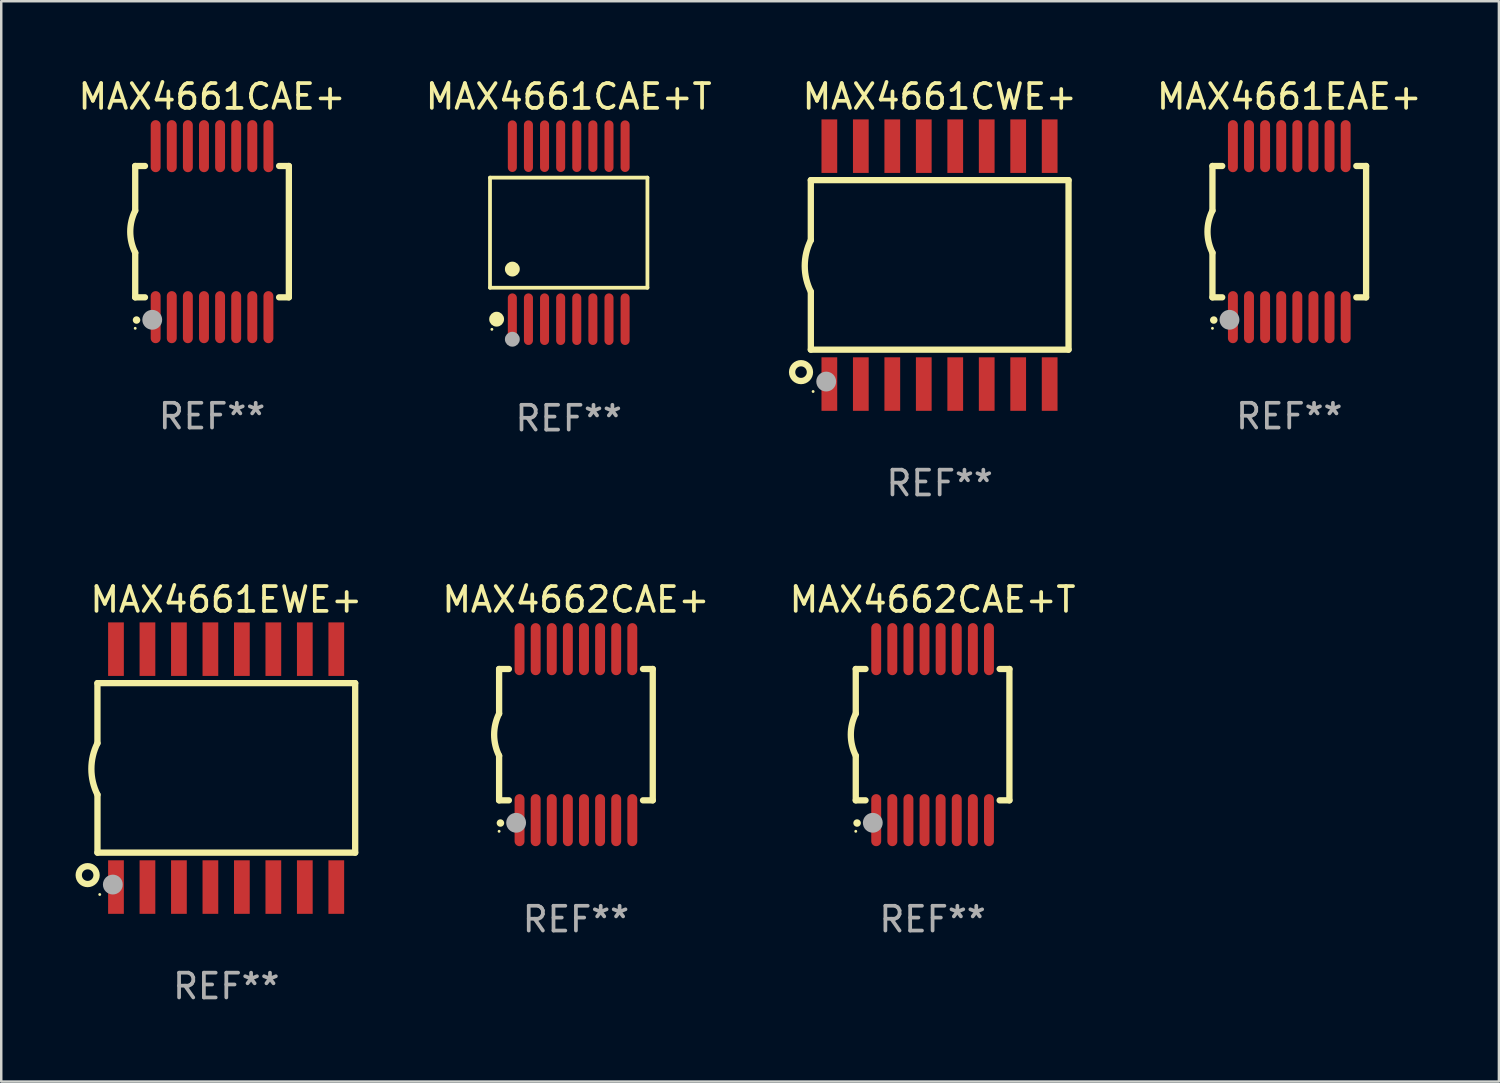
<source format=kicad_pcb>
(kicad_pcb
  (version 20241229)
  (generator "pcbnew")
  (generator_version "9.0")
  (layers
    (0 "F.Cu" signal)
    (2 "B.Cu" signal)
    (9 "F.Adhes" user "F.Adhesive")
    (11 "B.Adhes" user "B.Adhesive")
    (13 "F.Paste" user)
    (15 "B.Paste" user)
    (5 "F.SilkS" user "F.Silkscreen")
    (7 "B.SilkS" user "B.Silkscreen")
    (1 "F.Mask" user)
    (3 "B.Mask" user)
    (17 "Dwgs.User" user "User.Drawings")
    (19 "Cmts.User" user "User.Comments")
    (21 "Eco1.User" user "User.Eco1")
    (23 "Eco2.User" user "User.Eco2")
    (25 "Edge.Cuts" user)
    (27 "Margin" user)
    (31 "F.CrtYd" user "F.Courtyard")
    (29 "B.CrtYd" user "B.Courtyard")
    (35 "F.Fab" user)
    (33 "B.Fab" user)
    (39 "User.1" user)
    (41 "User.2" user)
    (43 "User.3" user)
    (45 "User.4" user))
  (footprint "MAX4661EAE+"
    (layer "F.Cu")
    (at 48.975 6.298)
    (property "Reference" "MAX4661EAE+" (at 0 -5.45 0) (layer "F.SilkS") (effects (font (size 1 1) (thickness 0.15))))
    (attr through_hole)
    (fp_line (start -3.1 -2.65) (end -3.1 -0.85) (stroke (width 0.254) (type solid)) (layer "F.SilkS"))
    (fp_line (start -3.1 -2.65) (end -2.706 -2.65) (stroke (width 0.254) (type solid)) (layer "F.SilkS"))
    (fp_line (start -3.1 2.65) (end -3.1 0.85) (stroke (width 0.254) (type solid)) (layer "F.SilkS"))
    (fp_line (start -3.1 2.65) (end -2.706 2.65) (stroke (width 0.254) (type solid)) (layer "F.SilkS"))
    (fp_line (start 2.706 -2.65) (end 3.1 -2.65) (stroke (width 0.254) (type solid)) (layer "F.SilkS"))
    (fp_line (start 2.706 2.65) (end 3.1 2.65) (stroke (width 0.254) (type solid)) (layer "F.SilkS"))
    (fp_line (start 3.1 -2.65) (end 3.1 2.65) (stroke (width 0.254) (type solid)) (layer "F.SilkS"))
    (fp_arc (start -3.098907 0.850902) (mid -3.300057 0.000523) (end -3.1 -0.850114) (stroke (width 0.254001) (type solid)) (layer "F.SilkS"))
    (fp_arc (start -3.048006 3.566066) (mid -3.046736 3.566061) (end -3.045466 3.566066) (stroke (width 0.3) (type solid)) (layer "F.SilkS"))
    (fp_circle (center -3.1 3.9) (end -3.07 3.9) (stroke (width 0.06) (type solid)) (fill no) (layer "F.SilkS"))
    (fp_circle (center -2.413 3.556) (end -2.213 3.556) (stroke (width 0.4) (type solid)) (fill no) (layer "F.Fab"))
    (fp_text user "REF**" (at 0 7.45 0) (layer "F.Fab") (effects (font (size 1 1) (thickness 0.15))))
    (pad "1" smd oval (at -2.275 3.45 180) (size 0.4 2.1) (layers "F.Cu" "F.Mask" "F.Paste"))
    (pad "2" smd oval (at -1.625 3.45 180) (size 0.4 2.1) (layers "F.Cu" "F.Mask" "F.Paste"))
    (pad "3" smd oval (at -0.975 3.45 180) (size 0.4 2.1) (layers "F.Cu" "F.Mask" "F.Paste"))
    (pad "4" smd oval (at -0.325 3.45 180) (size 0.4 2.1) (layers "F.Cu" "F.Mask" "F.Paste"))
    (pad "5" smd oval (at 0.325 3.45 180) (size 0.4 2.1) (layers "F.Cu" "F.Mask" "F.Paste"))
    (pad "6" smd oval (at 0.975 3.45 180) (size 0.4 2.1) (layers "F.Cu" "F.Mask" "F.Paste"))
    (pad "7" smd oval (at 1.625 3.45 180) (size 0.4 2.1) (layers "F.Cu" "F.Mask" "F.Paste"))
    (pad "8" smd oval (at 2.275 3.45 180) (size 0.4 2.1) (layers "F.Cu" "F.Mask" "F.Paste"))
    (pad "9" smd oval (at 2.275 -3.45 180) (size 0.4 2.1) (layers "F.Cu" "F.Mask" "F.Paste"))
    (pad "10" smd oval (at 1.625 -3.45 180) (size 0.4 2.1) (layers "F.Cu" "F.Mask" "F.Paste"))
    (pad "11" smd oval (at 0.975 -3.45 180) (size 0.4 2.1) (layers "F.Cu" "F.Mask" "F.Paste"))
    (pad "12" smd oval (at 0.325 -3.45 180) (size 0.4 2.1) (layers "F.Cu" "F.Mask" "F.Paste"))
    (pad "13" smd oval (at -0.325 -3.45 180) (size 0.4 2.1) (layers "F.Cu" "F.Mask" "F.Paste"))
    (pad "14" smd oval (at -0.975 -3.45 180) (size 0.4 2.1) (layers "F.Cu" "F.Mask" "F.Paste"))
    (pad "15" smd oval (at -1.625 -3.45 180) (size 0.4 2.1) (layers "F.Cu" "F.Mask" "F.Paste"))
    (pad "16" smd oval (at -2.275 -3.45 180) (size 0.4 2.1) (layers "F.Cu" "F.Mask" "F.Paste")))
  (footprint "MAX4662CAE+"
    (layer "F.Cu")
    (at 20.19 26.595)
    (property "Reference" "MAX4662CAE+" (at 0 -5.45 0) (layer "F.SilkS") (effects (font (size 1 1) (thickness 0.15))))
    (attr through_hole)
    (fp_line (start -3.1 -2.65) (end -3.1 -0.85) (stroke (width 0.254) (type solid)) (layer "F.SilkS"))
    (fp_line (start -3.1 -2.65) (end -2.706 -2.65) (stroke (width 0.254) (type solid)) (layer "F.SilkS"))
    (fp_line (start -3.1 2.65) (end -3.1 0.85) (stroke (width 0.254) (type solid)) (layer "F.SilkS"))
    (fp_line (start -3.1 2.65) (end -2.706 2.65) (stroke (width 0.254) (type solid)) (layer "F.SilkS"))
    (fp_line (start 2.706 -2.65) (end 3.1 -2.65) (stroke (width 0.254) (type solid)) (layer "F.SilkS"))
    (fp_line (start 2.706 2.65) (end 3.1 2.65) (stroke (width 0.254) (type solid)) (layer "F.SilkS"))
    (fp_line (start 3.1 -2.65) (end 3.1 2.65) (stroke (width 0.254) (type solid)) (layer "F.SilkS"))
    (fp_arc (start -3.098907 0.850902) (mid -3.300057 0.000523) (end -3.1 -0.850114) (stroke (width 0.254001) (type solid)) (layer "F.SilkS"))
    (fp_arc (start -3.048006 3.566066) (mid -3.046736 3.566061) (end -3.045466 3.566066) (stroke (width 0.3) (type solid)) (layer "F.SilkS"))
    (fp_circle (center -3.1 3.9) (end -3.07 3.9) (stroke (width 0.06) (type solid)) (fill no) (layer "F.SilkS"))
    (fp_circle (center -2.413 3.556) (end -2.213 3.556) (stroke (width 0.4) (type solid)) (fill no) (layer "F.Fab"))
    (fp_text user "REF**" (at 0 7.45 0) (layer "F.Fab") (effects (font (size 1 1) (thickness 0.15))))
    (pad "1" smd oval (at -2.275 3.45 180) (size 0.4 2.1) (layers "F.Cu" "F.Mask" "F.Paste"))
    (pad "2" smd oval (at -1.625 3.45 180) (size 0.4 2.1) (layers "F.Cu" "F.Mask" "F.Paste"))
    (pad "3" smd oval (at -0.975 3.45 180) (size 0.4 2.1) (layers "F.Cu" "F.Mask" "F.Paste"))
    (pad "4" smd oval (at -0.325 3.45 180) (size 0.4 2.1) (layers "F.Cu" "F.Mask" "F.Paste"))
    (pad "5" smd oval (at 0.325 3.45 180) (size 0.4 2.1) (layers "F.Cu" "F.Mask" "F.Paste"))
    (pad "6" smd oval (at 0.975 3.45 180) (size 0.4 2.1) (layers "F.Cu" "F.Mask" "F.Paste"))
    (pad "7" smd oval (at 1.625 3.45 180) (size 0.4 2.1) (layers "F.Cu" "F.Mask" "F.Paste"))
    (pad "8" smd oval (at 2.275 3.45 180) (size 0.4 2.1) (layers "F.Cu" "F.Mask" "F.Paste"))
    (pad "9" smd oval (at 2.275 -3.45 180) (size 0.4 2.1) (layers "F.Cu" "F.Mask" "F.Paste"))
    (pad "10" smd oval (at 1.625 -3.45 180) (size 0.4 2.1) (layers "F.Cu" "F.Mask" "F.Paste"))
    (pad "11" smd oval (at 0.975 -3.45 180) (size 0.4 2.1) (layers "F.Cu" "F.Mask" "F.Paste"))
    (pad "12" smd oval (at 0.325 -3.45 180) (size 0.4 2.1) (layers "F.Cu" "F.Mask" "F.Paste"))
    (pad "13" smd oval (at -0.325 -3.45 180) (size 0.4 2.1) (layers "F.Cu" "F.Mask" "F.Paste"))
    (pad "14" smd oval (at -0.975 -3.45 180) (size 0.4 2.1) (layers "F.Cu" "F.Mask" "F.Paste"))
    (pad "15" smd oval (at -1.625 -3.45 180) (size 0.4 2.1) (layers "F.Cu" "F.Mask" "F.Paste"))
    (pad "16" smd oval (at -2.275 -3.45 180) (size 0.4 2.1) (layers "F.Cu" "F.Mask" "F.Paste")))
  (footprint "MAX4661CAE+"
    (layer "F.Cu")
    (at 5.506 6.298)
    (property "Reference" "MAX4661CAE+" (at 0 -5.45 0) (layer "F.SilkS") (effects (font (size 1 1) (thickness 0.15))))
    (attr through_hole)
    (fp_line (start -3.1 -2.65) (end -3.1 -0.85) (stroke (width 0.254) (type solid)) (layer "F.SilkS"))
    (fp_line (start -3.1 -2.65) (end -2.706 -2.65) (stroke (width 0.254) (type solid)) (layer "F.SilkS"))
    (fp_line (start -3.1 2.65) (end -3.1 0.85) (stroke (width 0.254) (type solid)) (layer "F.SilkS"))
    (fp_line (start -3.1 2.65) (end -2.706 2.65) (stroke (width 0.254) (type solid)) (layer "F.SilkS"))
    (fp_line (start 2.706 -2.65) (end 3.1 -2.65) (stroke (width 0.254) (type solid)) (layer "F.SilkS"))
    (fp_line (start 2.706 2.65) (end 3.1 2.65) (stroke (width 0.254) (type solid)) (layer "F.SilkS"))
    (fp_line (start 3.1 -2.65) (end 3.1 2.65) (stroke (width 0.254) (type solid)) (layer "F.SilkS"))
    (fp_arc (start -3.098907 0.850902) (mid -3.300057 0.000523) (end -3.1 -0.850114) (stroke (width 0.254001) (type solid)) (layer "F.SilkS"))
    (fp_arc (start -3.048006 3.566066) (mid -3.046736 3.566061) (end -3.045466 3.566066) (stroke (width 0.3) (type solid)) (layer "F.SilkS"))
    (fp_circle (center -3.1 3.9) (end -3.07 3.9) (stroke (width 0.06) (type solid)) (fill no) (layer "F.SilkS"))
    (fp_circle (center -2.413 3.556) (end -2.213 3.556) (stroke (width 0.4) (type solid)) (fill no) (layer "F.Fab"))
    (fp_text user "REF**" (at 0 7.45 0) (layer "F.Fab") (effects (font (size 1 1) (thickness 0.15))))
    (pad "1" smd oval (at -2.275 3.45 180) (size 0.4 2.1) (layers "F.Cu" "F.Mask" "F.Paste"))
    (pad "2" smd oval (at -1.625 3.45 180) (size 0.4 2.1) (layers "F.Cu" "F.Mask" "F.Paste"))
    (pad "3" smd oval (at -0.975 3.45 180) (size 0.4 2.1) (layers "F.Cu" "F.Mask" "F.Paste"))
    (pad "4" smd oval (at -0.325 3.45 180) (size 0.4 2.1) (layers "F.Cu" "F.Mask" "F.Paste"))
    (pad "5" smd oval (at 0.325 3.45 180) (size 0.4 2.1) (layers "F.Cu" "F.Mask" "F.Paste"))
    (pad "6" smd oval (at 0.975 3.45 180) (size 0.4 2.1) (layers "F.Cu" "F.Mask" "F.Paste"))
    (pad "7" smd oval (at 1.625 3.45 180) (size 0.4 2.1) (layers "F.Cu" "F.Mask" "F.Paste"))
    (pad "8" smd oval (at 2.275 3.45 180) (size 0.4 2.1) (layers "F.Cu" "F.Mask" "F.Paste"))
    (pad "9" smd oval (at 2.275 -3.45 180) (size 0.4 2.1) (layers "F.Cu" "F.Mask" "F.Paste"))
    (pad "10" smd oval (at 1.625 -3.45 180) (size 0.4 2.1) (layers "F.Cu" "F.Mask" "F.Paste"))
    (pad "11" smd oval (at 0.975 -3.45 180) (size 0.4 2.1) (layers "F.Cu" "F.Mask" "F.Paste"))
    (pad "12" smd oval (at 0.325 -3.45 180) (size 0.4 2.1) (layers "F.Cu" "F.Mask" "F.Paste"))
    (pad "13" smd oval (at -0.325 -3.45 180) (size 0.4 2.1) (layers "F.Cu" "F.Mask" "F.Paste"))
    (pad "14" smd oval (at -0.975 -3.45 180) (size 0.4 2.1) (layers "F.Cu" "F.Mask" "F.Paste"))
    (pad "15" smd oval (at -1.625 -3.45 180) (size 0.4 2.1) (layers "F.Cu" "F.Mask" "F.Paste"))
    (pad "16" smd oval (at -2.275 -3.45 180) (size 0.4 2.1) (layers "F.Cu" "F.Mask" "F.Paste")))
  (footprint "MAX4661CAE+T"
    (layer "F.Cu")
    (at 19.899 6.339)
    (property "Reference" "MAX4661CAE+T" (at 0 -5.491 0) (layer "F.SilkS") (effects (font (size 1 1) (thickness 0.15))))
    (attr through_hole)
    (fp_line (start -3.176 -2.221) (end 3.176 -2.221) (stroke (width 0.152) (type solid)) (layer "F.SilkS"))
    (fp_line (start -3.176 2.221) (end -3.176 -2.221) (stroke (width 0.152) (type solid)) (layer "F.SilkS"))
    (fp_line (start 3.176 -2.221) (end 3.176 2.221) (stroke (width 0.152) (type solid)) (layer "F.SilkS"))
    (fp_line (start 3.176 2.221) (end -3.176 2.221) (stroke (width 0.152) (type solid)) (layer "F.SilkS"))
    (fp_circle (center -3.1 3.9) (end -3.07 3.9) (stroke (width 0.06) (type solid)) (fill no) (layer "F.SilkS"))
    (fp_circle (center -2.909 3.491) (end -2.759 3.491) (stroke (width 0.3) (type solid)) (fill no) (layer "F.SilkS"))
    (fp_circle (center -2.275 1.469) (end -2.125 1.469) (stroke (width 0.3) (type solid)) (fill no) (layer "F.SilkS"))
    (fp_circle (center -2.275 4.3) (end -2.125 4.3) (stroke (width 0.3) (type solid)) (fill no) (layer "F.Fab"))
    (fp_text user "REF**" (at 0 7.491 0) (layer "F.Fab") (effects (font (size 1 1) (thickness 0.15))))
    (pad "1" smd oval (at -2.275 3.491) (size 0.364 2.082) (layers "F.Cu" "F.Mask" "F.Paste"))
    (pad "2" smd oval (at -1.625 3.491) (size 0.364 2.082) (layers "F.Cu" "F.Mask" "F.Paste"))
    (pad "3" smd oval (at -0.975 3.491) (size 0.364 2.082) (layers "F.Cu" "F.Mask" "F.Paste"))
    (pad "4" smd oval (at -0.325 3.491) (size 0.364 2.082) (layers "F.Cu" "F.Mask" "F.Paste"))
    (pad "5" smd oval (at 0.325 3.491) (size 0.364 2.082) (layers "F.Cu" "F.Mask" "F.Paste"))
    (pad "6" smd oval (at 0.975 3.491) (size 0.364 2.082) (layers "F.Cu" "F.Mask" "F.Paste"))
    (pad "7" smd oval (at 1.625 3.491) (size 0.364 2.082) (layers "F.Cu" "F.Mask" "F.Paste"))
    (pad "8" smd oval (at 2.275 3.491) (size 0.364 2.082) (layers "F.Cu" "F.Mask" "F.Paste"))
    (pad "9" smd oval (at 2.275 -3.491) (size 0.364 2.082) (layers "F.Cu" "F.Mask" "F.Paste"))
    (pad "10" smd oval (at 1.625 -3.491) (size 0.364 2.082) (layers "F.Cu" "F.Mask" "F.Paste"))
    (pad "11" smd oval (at 0.975 -3.491) (size 0.364 2.082) (layers "F.Cu" "F.Mask" "F.Paste"))
    (pad "12" smd oval (at 0.325 -3.491) (size 0.364 2.082) (layers "F.Cu" "F.Mask" "F.Paste"))
    (pad "13" smd oval (at -0.325 -3.491) (size 0.364 2.082) (layers "F.Cu" "F.Mask" "F.Paste"))
    (pad "14" smd oval (at -0.975 -3.491) (size 0.364 2.082) (layers "F.Cu" "F.Mask" "F.Paste"))
    (pad "15" smd oval (at -1.625 -3.491) (size 0.364 2.082) (layers "F.Cu" "F.Mask" "F.Paste"))
    (pad "16" smd oval (at -2.275 -3.491) (size 0.364 2.082) (layers "F.Cu" "F.Mask" "F.Paste")))
  (footprint "MAX4661CWE+"
    (layer "F.Cu")
    (at 34.868 7.648)
    (property "Reference" "MAX4661CWE+" (at 0 -6.8 0) (layer "F.SilkS") (effects (font (size 1 1) (thickness 0.15))))
    (attr through_hole)
    (fp_line (start -5.2 -3.429) (end -5.2 -1.005) (stroke (width 0.254) (type solid)) (layer "F.SilkS"))
    (fp_line (start -5.2 -3.429) (end 5.2 -3.429) (stroke (width 0.254) (type solid)) (layer "F.SilkS"))
    (fp_line (start -5.2 3.411) (end 5.2 3.411) (stroke (width 0.254) (type solid)) (layer "F.SilkS"))
    (fp_line (start -5.199 1.071) (end -5.199 3.411) (stroke (width 0.254) (type solid)) (layer "F.SilkS"))
    (fp_line (start 5.2 -3.429) (end 5.2 3.411) (stroke (width 0.254) (type solid)) (layer "F.SilkS"))
    (fp_arc (start -5.199391 1.07079) (mid -5.444637 0.032863) (end -5.2 -1.005207) (stroke (width 0.254001) (type solid)) (layer "F.SilkS"))
    (fp_circle (center -5.595 4.318) (end -5.235 4.318) (stroke (width 0.254) (type solid)) (fill no) (layer "F.SilkS"))
    (fp_circle (center -5.107 5.1) (end -5.077 5.1) (stroke (width 0.06) (type solid)) (fill no) (layer "F.SilkS"))
    (fp_circle (center -4.579 4.699) (end -4.379 4.699) (stroke (width 0.4) (type solid)) (fill no) (layer "F.Fab"))
    (fp_text user "REF**" (at 0 8.8 0) (layer "F.Fab") (effects (font (size 1 1) (thickness 0.15))))
    (pad "1" smd rect (at -4.452 4.8) (size 0.635 2.16) (layers "F.Cu" "F.Mask" "F.Paste"))
    (pad "2" smd rect (at -3.182 4.8) (size 0.635 2.16) (layers "F.Cu" "F.Mask" "F.Paste"))
    (pad "3" smd rect (at -1.912 4.8) (size 0.635 2.16) (layers "F.Cu" "F.Mask" "F.Paste"))
    (pad "4" smd rect (at -0.642 4.8) (size 0.635 2.16) (layers "F.Cu" "F.Mask" "F.Paste"))
    (pad "5" smd rect (at 0.628 4.8) (size 0.635 2.16) (layers "F.Cu" "F.Mask" "F.Paste"))
    (pad "6" smd rect (at 1.898 4.8) (size 0.635 2.16) (layers "F.Cu" "F.Mask" "F.Paste"))
    (pad "7" smd rect (at 3.168 4.8) (size 0.635 2.16) (layers "F.Cu" "F.Mask" "F.Paste"))
    (pad "8" smd rect (at 4.438 4.8) (size 0.635 2.16) (layers "F.Cu" "F.Mask" "F.Paste"))
    (pad "9" smd rect (at 4.438 -4.8) (size 0.635 2.16) (layers "F.Cu" "F.Mask" "F.Paste"))
    (pad "10" smd rect (at 3.168 -4.8) (size 0.635 2.16) (layers "F.Cu" "F.Mask" "F.Paste"))
    (pad "11" smd rect (at 1.898 -4.8) (size 0.635 2.16) (layers "F.Cu" "F.Mask" "F.Paste"))
    (pad "12" smd rect (at 0.628 -4.8) (size 0.635 2.16) (layers "F.Cu" "F.Mask" "F.Paste"))
    (pad "13" smd rect (at -0.642 -4.8) (size 0.635 2.16) (layers "F.Cu" "F.Mask" "F.Paste"))
    (pad "14" smd rect (at -1.912 -4.8) (size 0.635 2.16) (layers "F.Cu" "F.Mask" "F.Paste"))
    (pad "15" smd rect (at -3.182 -4.8) (size 0.635 2.16) (layers "F.Cu" "F.Mask" "F.Paste"))
    (pad "16" smd rect (at -4.452 -4.8) (size 0.635 2.16) (layers "F.Cu" "F.Mask" "F.Paste")))
  (footprint "MAX4662CAE+T"
    (layer "F.Cu")
    (at 34.582 26.595)
    (property "Reference" "MAX4662CAE+T" (at 0 -5.45 0) (layer "F.SilkS") (effects (font (size 1 1) (thickness 0.15))))
    (attr through_hole)
    (fp_line (start -3.1 -2.65) (end -3.1 -0.85) (stroke (width 0.254) (type solid)) (layer "F.SilkS"))
    (fp_line (start -3.1 -2.65) (end -2.706 -2.65) (stroke (width 0.254) (type solid)) (layer "F.SilkS"))
    (fp_line (start -3.1 2.65) (end -3.1 0.85) (stroke (width 0.254) (type solid)) (layer "F.SilkS"))
    (fp_line (start -3.1 2.65) (end -2.706 2.65) (stroke (width 0.254) (type solid)) (layer "F.SilkS"))
    (fp_line (start 2.706 -2.65) (end 3.1 -2.65) (stroke (width 0.254) (type solid)) (layer "F.SilkS"))
    (fp_line (start 2.706 2.65) (end 3.1 2.65) (stroke (width 0.254) (type solid)) (layer "F.SilkS"))
    (fp_line (start 3.1 -2.65) (end 3.1 2.65) (stroke (width 0.254) (type solid)) (layer "F.SilkS"))
    (fp_arc (start -3.098907 0.850902) (mid -3.300057 0.000523) (end -3.1 -0.850114) (stroke (width 0.254001) (type solid)) (layer "F.SilkS"))
    (fp_arc (start -3.048006 3.566066) (mid -3.046736 3.566061) (end -3.045466 3.566066) (stroke (width 0.3) (type solid)) (layer "F.SilkS"))
    (fp_circle (center -3.1 3.9) (end -3.07 3.9) (stroke (width 0.06) (type solid)) (fill no) (layer "F.SilkS"))
    (fp_circle (center -2.413 3.556) (end -2.213 3.556) (stroke (width 0.4) (type solid)) (fill no) (layer "F.Fab"))
    (fp_text user "REF**" (at 0 7.45 0) (layer "F.Fab") (effects (font (size 1 1) (thickness 0.15))))
    (pad "1" smd oval (at -2.275 3.45 180) (size 0.4 2.1) (layers "F.Cu" "F.Mask" "F.Paste"))
    (pad "2" smd oval (at -1.625 3.45 180) (size 0.4 2.1) (layers "F.Cu" "F.Mask" "F.Paste"))
    (pad "3" smd oval (at -0.975 3.45 180) (size 0.4 2.1) (layers "F.Cu" "F.Mask" "F.Paste"))
    (pad "4" smd oval (at -0.325 3.45 180) (size 0.4 2.1) (layers "F.Cu" "F.Mask" "F.Paste"))
    (pad "5" smd oval (at 0.325 3.45 180) (size 0.4 2.1) (layers "F.Cu" "F.Mask" "F.Paste"))
    (pad "6" smd oval (at 0.975 3.45 180) (size 0.4 2.1) (layers "F.Cu" "F.Mask" "F.Paste"))
    (pad "7" smd oval (at 1.625 3.45 180) (size 0.4 2.1) (layers "F.Cu" "F.Mask" "F.Paste"))
    (pad "8" smd oval (at 2.275 3.45 180) (size 0.4 2.1) (layers "F.Cu" "F.Mask" "F.Paste"))
    (pad "9" smd oval (at 2.275 -3.45 180) (size 0.4 2.1) (layers "F.Cu" "F.Mask" "F.Paste"))
    (pad "10" smd oval (at 1.625 -3.45 180) (size 0.4 2.1) (layers "F.Cu" "F.Mask" "F.Paste"))
    (pad "11" smd oval (at 0.975 -3.45 180) (size 0.4 2.1) (layers "F.Cu" "F.Mask" "F.Paste"))
    (pad "12" smd oval (at 0.325 -3.45 180) (size 0.4 2.1) (layers "F.Cu" "F.Mask" "F.Paste"))
    (pad "13" smd oval (at -0.325 -3.45 180) (size 0.4 2.1) (layers "F.Cu" "F.Mask" "F.Paste"))
    (pad "14" smd oval (at -0.975 -3.45 180) (size 0.4 2.1) (layers "F.Cu" "F.Mask" "F.Paste"))
    (pad "15" smd oval (at -1.625 -3.45 180) (size 0.4 2.1) (layers "F.Cu" "F.Mask" "F.Paste"))
    (pad "16" smd oval (at -2.275 -3.45 180) (size 0.4 2.1) (layers "F.Cu" "F.Mask" "F.Paste")))
  (footprint "MAX4661EWE+"
    (layer "F.Cu")
    (at 6.082 27.945)
    (property "Reference" "MAX4661EWE+" (at 0 -6.8 0) (layer "F.SilkS") (effects (font (size 1 1) (thickness 0.15))))
    (attr through_hole)
    (fp_line (start -5.2 -3.429) (end -5.2 -1.005) (stroke (width 0.254) (type solid)) (layer "F.SilkS"))
    (fp_line (start -5.2 -3.429) (end 5.2 -3.429) (stroke (width 0.254) (type solid)) (layer "F.SilkS"))
    (fp_line (start -5.2 3.411) (end 5.2 3.411) (stroke (width 0.254) (type solid)) (layer "F.SilkS"))
    (fp_line (start -5.199 1.071) (end -5.199 3.411) (stroke (width 0.254) (type solid)) (layer "F.SilkS"))
    (fp_line (start 5.2 -3.429) (end 5.2 3.411) (stroke (width 0.254) (type solid)) (layer "F.SilkS"))
    (fp_arc (start -5.199391 1.07079) (mid -5.444637 0.032863) (end -5.2 -1.005207) (stroke (width 0.254001) (type solid)) (layer "F.SilkS"))
    (fp_circle (center -5.595 4.318) (end -5.235 4.318) (stroke (width 0.254) (type solid)) (fill no) (layer "F.SilkS"))
    (fp_circle (center -5.107 5.1) (end -5.077 5.1) (stroke (width 0.06) (type solid)) (fill no) (layer "F.SilkS"))
    (fp_circle (center -4.579 4.699) (end -4.379 4.699) (stroke (width 0.4) (type solid)) (fill no) (layer "F.Fab"))
    (fp_text user "REF**" (at 0 8.8 0) (layer "F.Fab") (effects (font (size 1 1) (thickness 0.15))))
    (pad "1" smd rect (at -4.452 4.8) (size 0.635 2.16) (layers "F.Cu" "F.Mask" "F.Paste"))
    (pad "2" smd rect (at -3.182 4.8) (size 0.635 2.16) (layers "F.Cu" "F.Mask" "F.Paste"))
    (pad "3" smd rect (at -1.912 4.8) (size 0.635 2.16) (layers "F.Cu" "F.Mask" "F.Paste"))
    (pad "4" smd rect (at -0.642 4.8) (size 0.635 2.16) (layers "F.Cu" "F.Mask" "F.Paste"))
    (pad "5" smd rect (at 0.628 4.8) (size 0.635 2.16) (layers "F.Cu" "F.Mask" "F.Paste"))
    (pad "6" smd rect (at 1.898 4.8) (size 0.635 2.16) (layers "F.Cu" "F.Mask" "F.Paste"))
    (pad "7" smd rect (at 3.168 4.8) (size 0.635 2.16) (layers "F.Cu" "F.Mask" "F.Paste"))
    (pad "8" smd rect (at 4.438 4.8) (size 0.635 2.16) (layers "F.Cu" "F.Mask" "F.Paste"))
    (pad "9" smd rect (at 4.438 -4.8) (size 0.635 2.16) (layers "F.Cu" "F.Mask" "F.Paste"))
    (pad "10" smd rect (at 3.168 -4.8) (size 0.635 2.16) (layers "F.Cu" "F.Mask" "F.Paste"))
    (pad "11" smd rect (at 1.898 -4.8) (size 0.635 2.16) (layers "F.Cu" "F.Mask" "F.Paste"))
    (pad "12" smd rect (at 0.628 -4.8) (size 0.635 2.16) (layers "F.Cu" "F.Mask" "F.Paste"))
    (pad "13" smd rect (at -0.642 -4.8) (size 0.635 2.16) (layers "F.Cu" "F.Mask" "F.Paste"))
    (pad "14" smd rect (at -1.912 -4.8) (size 0.635 2.16) (layers "F.Cu" "F.Mask" "F.Paste"))
    (pad "15" smd rect (at -3.182 -4.8) (size 0.635 2.16) (layers "F.Cu" "F.Mask" "F.Paste"))
    (pad "16" smd rect (at -4.452 -4.8) (size 0.635 2.16) (layers "F.Cu" "F.Mask" "F.Paste")))
  (gr_rect
    (start -3 -3)
    (end 57.434 40.593)
    (stroke (width 0.1) (type default))
    (fill no)
    (layer "Edge.Cuts")))
</source>
